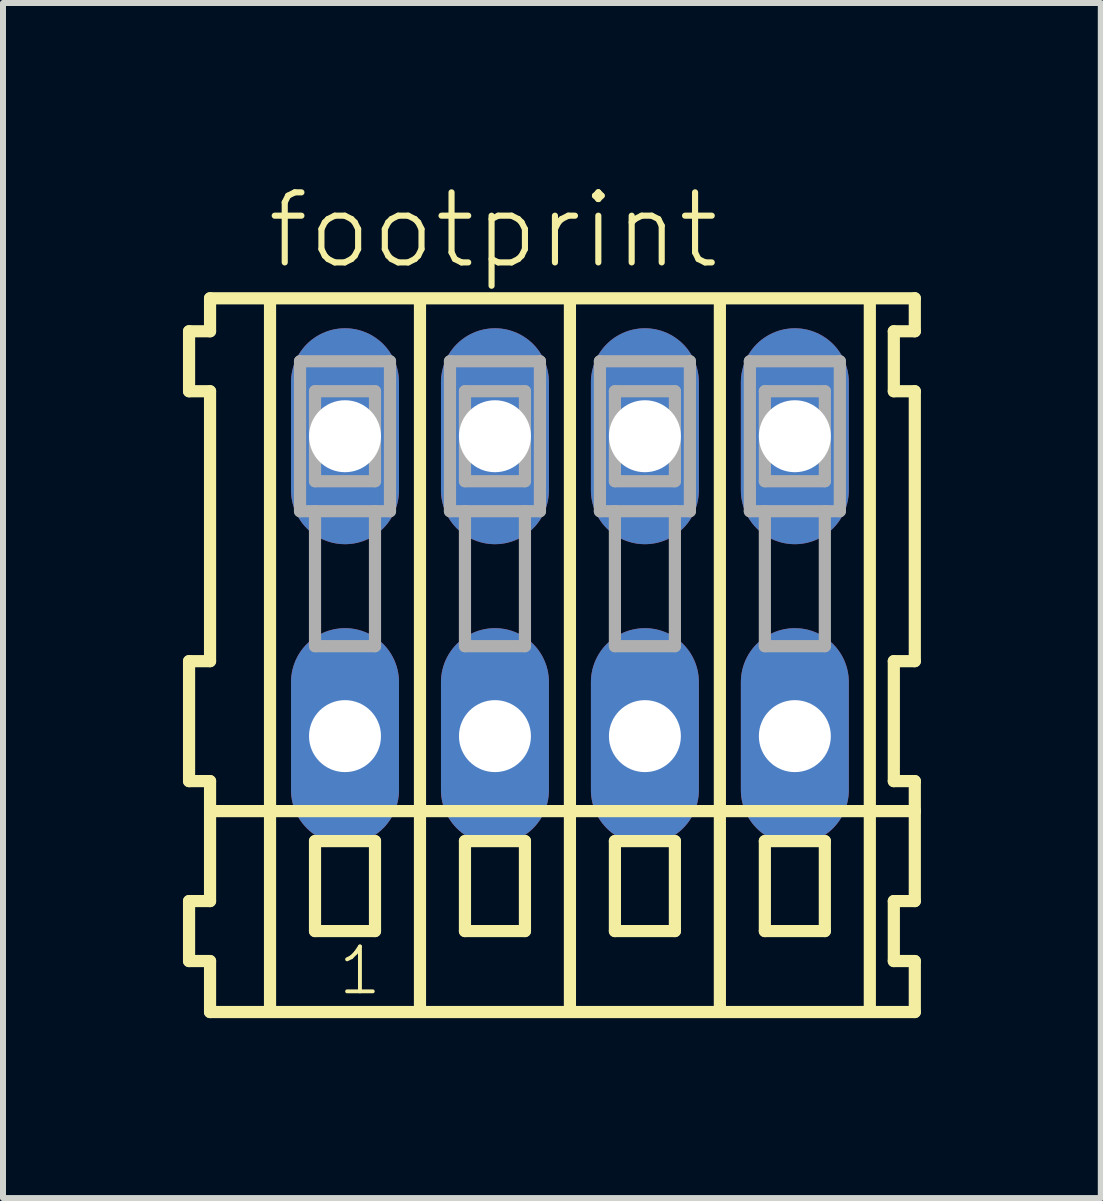
<source format=kicad_pcb>
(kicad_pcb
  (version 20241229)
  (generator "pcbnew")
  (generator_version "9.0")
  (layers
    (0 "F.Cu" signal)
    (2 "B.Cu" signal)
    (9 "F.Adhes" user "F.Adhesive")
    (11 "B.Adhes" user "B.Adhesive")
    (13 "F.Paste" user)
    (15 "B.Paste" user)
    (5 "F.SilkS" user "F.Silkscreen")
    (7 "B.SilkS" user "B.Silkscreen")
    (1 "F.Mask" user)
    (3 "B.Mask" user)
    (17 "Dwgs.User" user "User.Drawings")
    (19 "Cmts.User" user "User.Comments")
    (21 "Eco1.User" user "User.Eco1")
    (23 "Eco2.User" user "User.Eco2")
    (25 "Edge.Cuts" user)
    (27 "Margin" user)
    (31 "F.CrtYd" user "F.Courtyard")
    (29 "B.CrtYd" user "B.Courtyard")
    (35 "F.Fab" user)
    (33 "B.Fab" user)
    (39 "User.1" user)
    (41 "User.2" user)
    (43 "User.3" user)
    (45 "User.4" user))
  (footprint "footprint"
    (layer "F.Cu")
    (at 6.452 6.723)
    (property "Reference" "footprint" (at -5.1 -5.25 0) (layer "F.SilkS") (effects (font (size 1.168 1.168) (thickness 0.102)) (justify left bottom)))
    (fp_line (start -6.35 -4.25) (end -6.35 -3.25) (stroke (width 0.203) (type solid)) (layer "F.SilkS"))
    (fp_line (start -6.35 -3.25) (end -6 -3.25) (stroke (width 0.203) (type solid)) (layer "F.SilkS"))
    (fp_line (start -6.35 1.25) (end -6.35 3.25) (stroke (width 0.203) (type solid)) (layer "F.SilkS"))
    (fp_line (start -6.35 3.25) (end -6 3.25) (stroke (width 0.203) (type solid)) (layer "F.SilkS"))
    (fp_line (start -6.35 5.25) (end -6.35 6.25) (stroke (width 0.203) (type solid)) (layer "F.SilkS"))
    (fp_line (start -6.35 6.25) (end -6 6.25) (stroke (width 0.203) (type solid)) (layer "F.SilkS"))
    (fp_line (start -6 -4.8) (end -6 -4.25) (stroke (width 0.203) (type solid)) (layer "F.SilkS"))
    (fp_line (start -6 -4.25) (end -6.35 -4.25) (stroke (width 0.203) (type solid)) (layer "F.SilkS"))
    (fp_line (start -6 -3.25) (end -6 1.25) (stroke (width 0.203) (type solid)) (layer "F.SilkS"))
    (fp_line (start -6 1.25) (end -6.35 1.25) (stroke (width 0.203) (type solid)) (layer "F.SilkS"))
    (fp_line (start -6 3.25) (end -6 5.25) (stroke (width 0.203) (type solid)) (layer "F.SilkS"))
    (fp_line (start -6 3.75) (end 5.75 3.75) (stroke (width 0.203) (type solid)) (layer "F.SilkS"))
    (fp_line (start -6 5.25) (end -6.35 5.25) (stroke (width 0.203) (type solid)) (layer "F.SilkS"))
    (fp_line (start -6 6.25) (end -6 7.1) (stroke (width 0.203) (type solid)) (layer "F.SilkS"))
    (fp_line (start -6 7.1) (end 5.75 7.1) (stroke (width 0.203) (type solid)) (layer "F.SilkS"))
    (fp_line (start -5 -4.75) (end -5 7) (stroke (width 0.203) (type solid)) (layer "F.SilkS"))
    (fp_line (start -4.25 4.25) (end -4.25 5.75) (stroke (width 0.203) (type solid)) (layer "F.SilkS"))
    (fp_line (start -4.25 5.75) (end -3.25 5.75) (stroke (width 0.203) (type solid)) (layer "F.SilkS"))
    (fp_line (start -3.25 4.25) (end -4.25 4.25) (stroke (width 0.203) (type solid)) (layer "F.SilkS"))
    (fp_line (start -3.25 5.75) (end -3.25 4.25) (stroke (width 0.203) (type solid)) (layer "F.SilkS"))
    (fp_line (start -2.5 -4.75) (end -2.5 7) (stroke (width 0.203) (type solid)) (layer "F.SilkS"))
    (fp_line (start -1.75 4.25) (end -1.75 5.75) (stroke (width 0.203) (type solid)) (layer "F.SilkS"))
    (fp_line (start -1.75 5.75) (end -0.75 5.75) (stroke (width 0.203) (type solid)) (layer "F.SilkS"))
    (fp_line (start -0.75 4.25) (end -1.75 4.25) (stroke (width 0.203) (type solid)) (layer "F.SilkS"))
    (fp_line (start -0.75 5.75) (end -0.75 4.25) (stroke (width 0.203) (type solid)) (layer "F.SilkS"))
    (fp_line (start 0 -4.75) (end 0 7) (stroke (width 0.203) (type solid)) (layer "F.SilkS"))
    (fp_line (start 0.75 4.25) (end 0.75 5.75) (stroke (width 0.203) (type solid)) (layer "F.SilkS"))
    (fp_line (start 0.75 5.75) (end 1.75 5.75) (stroke (width 0.203) (type solid)) (layer "F.SilkS"))
    (fp_line (start 1.75 4.25) (end 0.75 4.25) (stroke (width 0.203) (type solid)) (layer "F.SilkS"))
    (fp_line (start 1.75 5.75) (end 1.75 4.25) (stroke (width 0.203) (type solid)) (layer "F.SilkS"))
    (fp_line (start 2.5 -4.75) (end 2.5 7) (stroke (width 0.203) (type solid)) (layer "F.SilkS"))
    (fp_line (start 3.25 4.25) (end 3.25 5.75) (stroke (width 0.203) (type solid)) (layer "F.SilkS"))
    (fp_line (start 3.25 5.75) (end 4.25 5.75) (stroke (width 0.203) (type solid)) (layer "F.SilkS"))
    (fp_line (start 4.25 4.25) (end 3.25 4.25) (stroke (width 0.203) (type solid)) (layer "F.SilkS"))
    (fp_line (start 4.25 5.75) (end 4.25 4.25) (stroke (width 0.203) (type solid)) (layer "F.SilkS"))
    (fp_line (start 5 -4.75) (end 5 7) (stroke (width 0.203) (type solid)) (layer "F.SilkS"))
    (fp_line (start 5.4 -4.25) (end 5.4 -3.25) (stroke (width 0.203) (type solid)) (layer "F.SilkS"))
    (fp_line (start 5.4 -3.25) (end 5.75 -3.25) (stroke (width 0.203) (type solid)) (layer "F.SilkS"))
    (fp_line (start 5.4 1.25) (end 5.4 3.25) (stroke (width 0.203) (type solid)) (layer "F.SilkS"))
    (fp_line (start 5.4 3.25) (end 5.75 3.25) (stroke (width 0.203) (type solid)) (layer "F.SilkS"))
    (fp_line (start 5.4 5.25) (end 5.4 6.25) (stroke (width 0.203) (type solid)) (layer "F.SilkS"))
    (fp_line (start 5.4 6.25) (end 5.75 6.25) (stroke (width 0.203) (type solid)) (layer "F.SilkS"))
    (fp_line (start 5.75 -4.8) (end -6 -4.8) (stroke (width 0.203) (type solid)) (layer "F.SilkS"))
    (fp_line (start 5.75 -4.25) (end 5.4 -4.25) (stroke (width 0.203) (type solid)) (layer "F.SilkS"))
    (fp_line (start 5.75 -4.25) (end 5.75 -4.8) (stroke (width 0.203) (type solid)) (layer "F.SilkS"))
    (fp_line (start 5.75 1.25) (end 5.4 1.25) (stroke (width 0.203) (type solid)) (layer "F.SilkS"))
    (fp_line (start 5.75 1.25) (end 5.75 -3.25) (stroke (width 0.203) (type solid)) (layer "F.SilkS"))
    (fp_line (start 5.75 3.75) (end 5.75 3.25) (stroke (width 0.203) (type solid)) (layer "F.SilkS"))
    (fp_line (start 5.75 5.25) (end 5.4 5.25) (stroke (width 0.203) (type solid)) (layer "F.SilkS"))
    (fp_line (start 5.75 5.25) (end 5.75 3.75) (stroke (width 0.203) (type solid)) (layer "F.SilkS"))
    (fp_line (start 5.75 7.1) (end 5.75 6.25) (stroke (width 0.203) (type solid)) (layer "F.SilkS"))
    (fp_line (start -4.5 -3.75) (end -4.5 -1.25) (stroke (width 0.203) (type solid)) (layer "F.Fab"))
    (fp_line (start -4.5 -1.25) (end -4.25 -1.25) (stroke (width 0.203) (type solid)) (layer "F.Fab"))
    (fp_line (start -4.25 -3.25) (end -4.25 -1.75) (stroke (width 0.203) (type solid)) (layer "F.Fab"))
    (fp_line (start -4.25 -1.75) (end -3.25 -1.75) (stroke (width 0.203) (type solid)) (layer "F.Fab"))
    (fp_line (start -4.25 -1.25) (end -4.25 1) (stroke (width 0.203) (type solid)) (layer "F.Fab"))
    (fp_line (start -4.25 -1.25) (end -3.25 -1.25) (stroke (width 0.203) (type solid)) (layer "F.Fab"))
    (fp_line (start -4.25 1) (end -3.25 1) (stroke (width 0.203) (type solid)) (layer "F.Fab"))
    (fp_line (start -3.25 -3.25) (end -4.25 -3.25) (stroke (width 0.203) (type solid)) (layer "F.Fab"))
    (fp_line (start -3.25 -1.75) (end -3.25 -3.25) (stroke (width 0.203) (type solid)) (layer "F.Fab"))
    (fp_line (start -3.25 -1.25) (end -3 -1.25) (stroke (width 0.203) (type solid)) (layer "F.Fab"))
    (fp_line (start -3.25 1) (end -3.25 -1.25) (stroke (width 0.203) (type solid)) (layer "F.Fab"))
    (fp_line (start -3 -3.75) (end -4.5 -3.75) (stroke (width 0.203) (type solid)) (layer "F.Fab"))
    (fp_line (start -3 -1.25) (end -3 -3.75) (stroke (width 0.203) (type solid)) (layer "F.Fab"))
    (fp_line (start -2 -3.75) (end -2 -1.25) (stroke (width 0.203) (type solid)) (layer "F.Fab"))
    (fp_line (start -2 -1.25) (end -1.75 -1.25) (stroke (width 0.203) (type solid)) (layer "F.Fab"))
    (fp_line (start -1.75 -3.25) (end -1.75 -1.75) (stroke (width 0.203) (type solid)) (layer "F.Fab"))
    (fp_line (start -1.75 -1.75) (end -0.75 -1.75) (stroke (width 0.203) (type solid)) (layer "F.Fab"))
    (fp_line (start -1.75 -1.25) (end -1.75 1) (stroke (width 0.203) (type solid)) (layer "F.Fab"))
    (fp_line (start -1.75 -1.25) (end -0.75 -1.25) (stroke (width 0.203) (type solid)) (layer "F.Fab"))
    (fp_line (start -1.75 1) (end -0.75 1) (stroke (width 0.203) (type solid)) (layer "F.Fab"))
    (fp_line (start -0.75 -3.25) (end -1.75 -3.25) (stroke (width 0.203) (type solid)) (layer "F.Fab"))
    (fp_line (start -0.75 -1.75) (end -0.75 -3.25) (stroke (width 0.203) (type solid)) (layer "F.Fab"))
    (fp_line (start -0.75 -1.25) (end -0.5 -1.25) (stroke (width 0.203) (type solid)) (layer "F.Fab"))
    (fp_line (start -0.75 1) (end -0.75 -1.25) (stroke (width 0.203) (type solid)) (layer "F.Fab"))
    (fp_line (start -0.5 -3.75) (end -2 -3.75) (stroke (width 0.203) (type solid)) (layer "F.Fab"))
    (fp_line (start -0.5 -1.25) (end -0.5 -3.75) (stroke (width 0.203) (type solid)) (layer "F.Fab"))
    (fp_line (start 0.5 -3.75) (end 0.5 -1.25) (stroke (width 0.203) (type solid)) (layer "F.Fab"))
    (fp_line (start 0.5 -1.25) (end 0.75 -1.25) (stroke (width 0.203) (type solid)) (layer "F.Fab"))
    (fp_line (start 0.75 -3.25) (end 0.75 -1.75) (stroke (width 0.203) (type solid)) (layer "F.Fab"))
    (fp_line (start 0.75 -1.75) (end 1.75 -1.75) (stroke (width 0.203) (type solid)) (layer "F.Fab"))
    (fp_line (start 0.75 -1.25) (end 0.75 1) (stroke (width 0.203) (type solid)) (layer "F.Fab"))
    (fp_line (start 0.75 -1.25) (end 1.75 -1.25) (stroke (width 0.203) (type solid)) (layer "F.Fab"))
    (fp_line (start 0.75 1) (end 1.75 1) (stroke (width 0.203) (type solid)) (layer "F.Fab"))
    (fp_line (start 1.75 -3.25) (end 0.75 -3.25) (stroke (width 0.203) (type solid)) (layer "F.Fab"))
    (fp_line (start 1.75 -1.75) (end 1.75 -3.25) (stroke (width 0.203) (type solid)) (layer "F.Fab"))
    (fp_line (start 1.75 -1.25) (end 2 -1.25) (stroke (width 0.203) (type solid)) (layer "F.Fab"))
    (fp_line (start 1.75 1) (end 1.75 -1.25) (stroke (width 0.203) (type solid)) (layer "F.Fab"))
    (fp_line (start 2 -3.75) (end 0.5 -3.75) (stroke (width 0.203) (type solid)) (layer "F.Fab"))
    (fp_line (start 2 -1.25) (end 2 -3.75) (stroke (width 0.203) (type solid)) (layer "F.Fab"))
    (fp_line (start 3 -3.75) (end 3 -1.25) (stroke (width 0.203) (type solid)) (layer "F.Fab"))
    (fp_line (start 3 -1.25) (end 3.25 -1.25) (stroke (width 0.203) (type solid)) (layer "F.Fab"))
    (fp_line (start 3.25 -3.25) (end 3.25 -1.75) (stroke (width 0.203) (type solid)) (layer "F.Fab"))
    (fp_line (start 3.25 -1.75) (end 4.25 -1.75) (stroke (width 0.203) (type solid)) (layer "F.Fab"))
    (fp_line (start 3.25 -1.25) (end 3.25 1) (stroke (width 0.203) (type solid)) (layer "F.Fab"))
    (fp_line (start 3.25 -1.25) (end 4.25 -1.25) (stroke (width 0.203) (type solid)) (layer "F.Fab"))
    (fp_line (start 3.25 1) (end 4.25 1) (stroke (width 0.203) (type solid)) (layer "F.Fab"))
    (fp_line (start 4.25 -3.25) (end 3.25 -3.25) (stroke (width 0.203) (type solid)) (layer "F.Fab"))
    (fp_line (start 4.25 -1.75) (end 4.25 -3.25) (stroke (width 0.203) (type solid)) (layer "F.Fab"))
    (fp_line (start 4.25 -1.25) (end 4.5 -1.25) (stroke (width 0.203) (type solid)) (layer "F.Fab"))
    (fp_line (start 4.25 1) (end 4.25 -1.25) (stroke (width 0.203) (type solid)) (layer "F.Fab"))
    (fp_line (start 4.5 -3.75) (end 3 -3.75) (stroke (width 0.203) (type solid)) (layer "F.Fab"))
    (fp_line (start 4.5 -1.25) (end 4.5 -3.75) (stroke (width 0.203) (type solid)) (layer "F.Fab"))
    (fp_text user "1" (at -3.9 6.85 0) (layer "F.SilkS") (effects (font (size 0.748 0.748) (thickness 0.065)) (justify left bottom)))
    (pad "A1" thru_hole oval (at -3.75 -2.5 90) (size 3.6 1.8) (drill 1.2) (layers "*.Cu" "*.Mask"))
    (pad "A2" thru_hole oval (at -1.25 -2.5 90) (size 3.6 1.8) (drill 1.2) (layers "*.Cu" "*.Mask"))
    (pad "A3" thru_hole oval (at 1.25 -2.5 90) (size 3.6 1.8) (drill 1.2) (layers "*.Cu" "*.Mask"))
    (pad "A4" thru_hole oval (at 3.75 -2.5 90) (size 3.6 1.8) (drill 1.2) (layers "*.Cu" "*.Mask"))
    (pad "B1" thru_hole oval (at -3.75 2.5 90) (size 3.6 1.8) (drill 1.2) (layers "*.Cu" "*.Mask"))
    (pad "B2" thru_hole oval (at -1.25 2.5 90) (size 3.6 1.8) (drill 1.2) (layers "*.Cu" "*.Mask"))
    (pad "B3" thru_hole oval (at 1.25 2.5 90) (size 3.6 1.8) (drill 1.2) (layers "*.Cu" "*.Mask"))
    (pad "B4" thru_hole oval (at 3.75 2.5 90) (size 3.6 1.8) (drill 1.2) (layers "*.Cu" "*.Mask")))
  (gr_rect
    (start -3 -3)
    (end 15.303 16.925)
    (stroke (width 0.1) (type default))
    (fill no)
    (layer "Edge.Cuts")))
</source>
